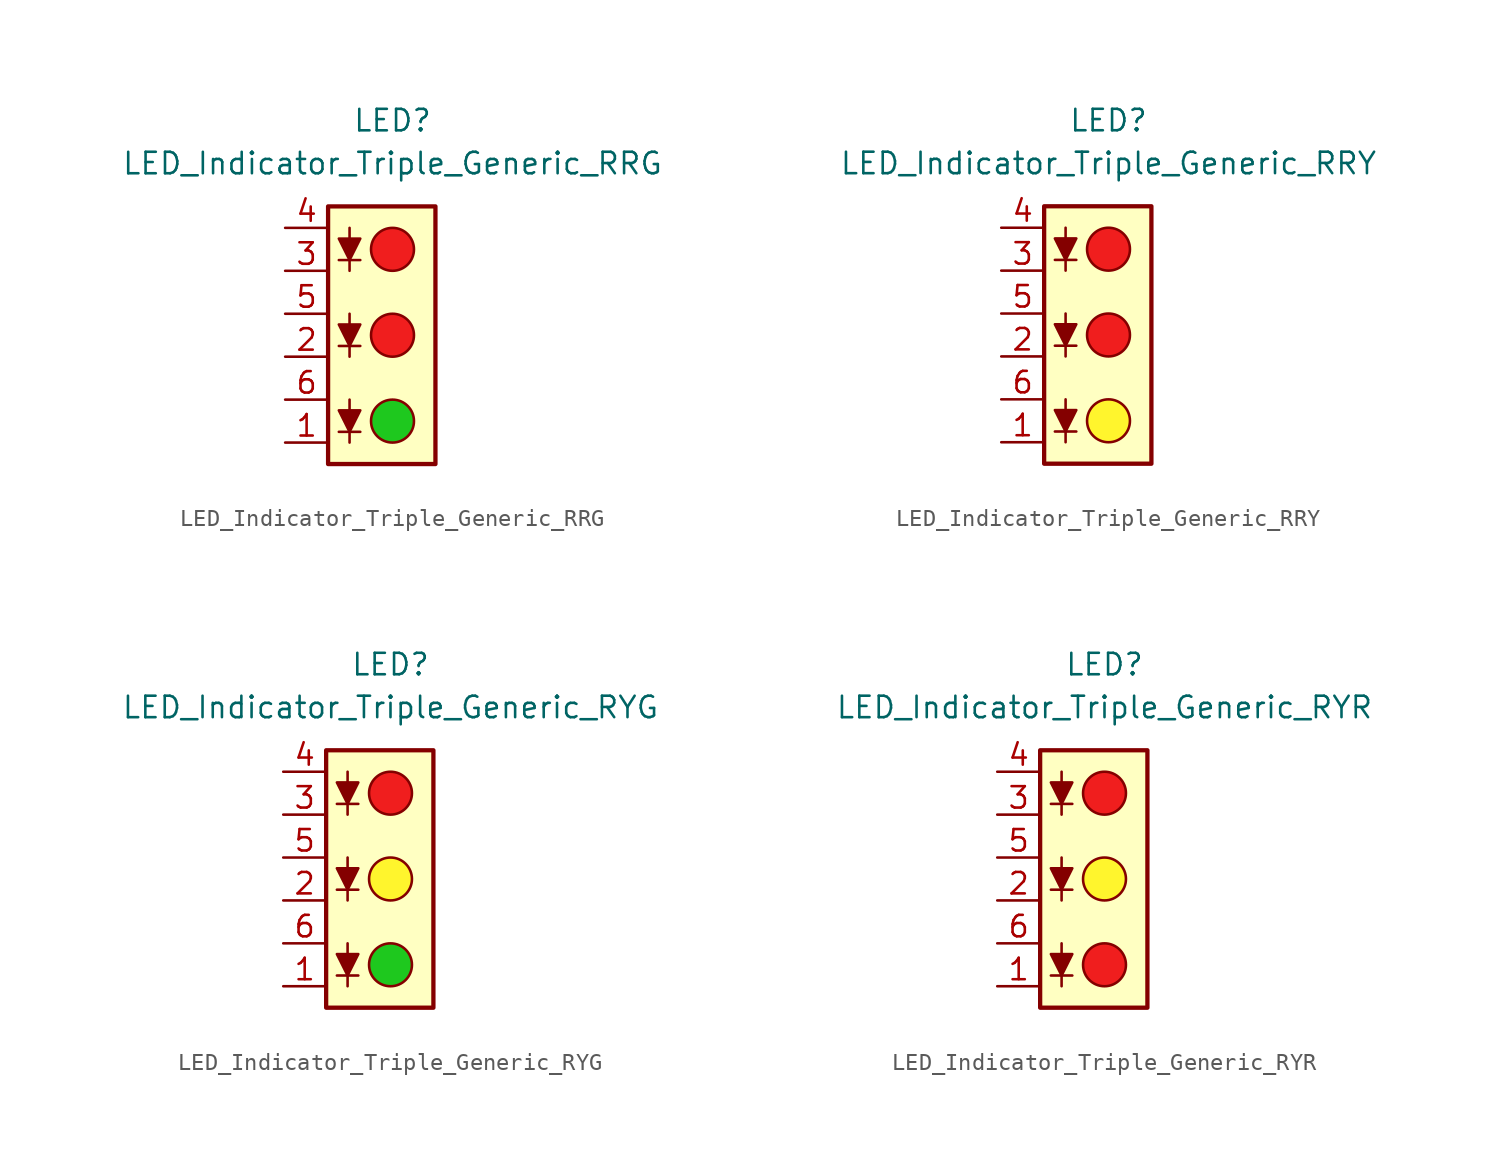
<source format=kicad_sym>
(kicad_symbol_lib
  (version 20231120)
  (generator "kicad_symbol_editor")
  (generator_version "8.0")
  (symbol "LED_Indicator_Triple_Generic_RRG"
    (pin_names
      (offset 1.016) hide)
    (property "Reference" "LED"
      (at 0 12.7 0)
      (effects (font (size 1.27 1.27))))
    (property "Value" "LED_Indicator_Triple_Generic_RRG"
      (at 0 10.16 0)
      (effects (font (size 1.27 1.27))))
    (symbol "LED_Indicator_Triple_Generic_RRG_0_1"
      (rectangle (start -3.81 7.62) (end 2.54 -7.62) (stroke (width 0.254) (type default)) (fill (type background)))
      (circle (center 0 -5.08) (radius 1.27) (stroke (width 0) (type default)) (fill (type color) (color 30 200 30 1)))
      (polyline (pts (xy -3.175 -5.715) (xy -1.905 -5.715)) (stroke (width 0) (type default)) (fill (type none)))
      (polyline (pts (xy -3.175 -0.635) (xy -1.905 -0.635)) (stroke (width 0) (type default)) (fill (type none)))
      (polyline (pts (xy -3.175 4.445) (xy -1.905 4.445)) (stroke (width 0) (type default)) (fill (type none)))
      (polyline (pts (xy -2.54 -3.81) (xy -2.54 -6.35)) (stroke (width 0) (type default)) (fill (type none)))
      (polyline (pts (xy -2.54 1.27) (xy -2.54 -1.27)) (stroke (width 0) (type default)) (fill (type none)))
      (polyline (pts (xy -2.54 6.35) (xy -2.54 3.81)) (stroke (width 0) (type default)) (fill (type none)))
      (polyline (pts (xy -2.54 -5.715) (xy -3.175 -4.445) (xy -1.905 -4.445) (xy -2.54 -5.715)) (stroke (width 0) (type default)) (fill (type outline)))
      (polyline (pts (xy -2.54 -0.635) (xy -3.175 0.635) (xy -1.905 0.635) (xy -2.54 -0.635)) (stroke (width 0) (type default)) (fill (type outline)))
      (polyline (pts (xy -2.54 4.445) (xy -3.175 5.715) (xy -1.905 5.715) (xy -2.54 4.445)) (stroke (width 0) (type default)) (fill (type outline)))
      (circle (center 0 0) (radius 1.27) (stroke (width 0) (type default)) (fill (type color) (color 240 30 30 1)))
      (circle (center 0 5.08) (radius 1.27) (stroke (width 0) (type default)) (fill (type color) (color 240 30 30 1))))
    (symbol "LED_Indicator_Triple_Generic_RRG_1_1"
      (pin passive line (at -6.35 -6.35 0) (length 2.54) (name "K1" (effects (font (size 1.27 1.27)))) (number "1" (effects (font (size 1.27 1.27)))))
      (pin passive line (at -6.35 -1.27 0) (length 2.54) (name "K2" (effects (font (size 1.27 1.27)))) (number "2" (effects (font (size 1.27 1.27)))))
      (pin passive line (at -6.35 3.81 0) (length 2.54) (name "K3" (effects (font (size 1.27 1.27)))) (number "3" (effects (font (size 1.27 1.27)))))
      (pin passive line (at -6.35 6.35 0) (length 2.54) (name "A3" (effects (font (size 1.27 1.27)))) (number "4" (effects (font (size 1.27 1.27)))))
      (pin passive line (at -6.35 1.27 0) (length 2.54) (name "A2" (effects (font (size 1.27 1.27)))) (number "5" (effects (font (size 1.27 1.27)))))
      (pin passive line (at -6.35 -3.81 0) (length 2.54) (name "A1" (effects (font (size 1.27 1.27)))) (number "6" (effects (font (size 1.27 1.27)))))))
  (symbol "LED_Indicator_Triple_Generic_RRY"
    (pin_names
      (offset 1.016) hide)
    (property "Reference" "LED"
      (at 0 12.7 0)
      (effects (font (size 1.27 1.27))))
    (property "Value" "LED_Indicator_Triple_Generic_RRY"
      (at 0 10.16 0)
      (effects (font (size 1.27 1.27))))
    (symbol "LED_Indicator_Triple_Generic_RRY_0_1"
      (rectangle (start -3.81 7.62) (end 2.54 -7.62) (stroke (width 0.254) (type default)) (fill (type background)))
      (circle (center 0 -5.08) (radius 1.27) (stroke (width 0) (type default)) (fill (type color) (color 255 245 45 1)))
      (polyline (pts (xy -3.175 -5.715) (xy -1.905 -5.715)) (stroke (width 0) (type default)) (fill (type none)))
      (polyline (pts (xy -3.175 -0.635) (xy -1.905 -0.635)) (stroke (width 0) (type default)) (fill (type none)))
      (polyline (pts (xy -3.175 4.445) (xy -1.905 4.445)) (stroke (width 0) (type default)) (fill (type none)))
      (polyline (pts (xy -2.54 -3.81) (xy -2.54 -6.35)) (stroke (width 0) (type default)) (fill (type none)))
      (polyline (pts (xy -2.54 1.27) (xy -2.54 -1.27)) (stroke (width 0) (type default)) (fill (type none)))
      (polyline (pts (xy -2.54 6.35) (xy -2.54 3.81)) (stroke (width 0) (type default)) (fill (type none)))
      (polyline (pts (xy -2.54 -5.715) (xy -3.175 -4.445) (xy -1.905 -4.445) (xy -2.54 -5.715)) (stroke (width 0) (type default)) (fill (type outline)))
      (polyline (pts (xy -2.54 -0.635) (xy -3.175 0.635) (xy -1.905 0.635) (xy -2.54 -0.635)) (stroke (width 0) (type default)) (fill (type outline)))
      (polyline (pts (xy -2.54 4.445) (xy -3.175 5.715) (xy -1.905 5.715) (xy -2.54 4.445)) (stroke (width 0) (type default)) (fill (type outline)))
      (circle (center 0 0) (radius 1.27) (stroke (width 0) (type default)) (fill (type color) (color 240 30 30 1)))
      (circle (center 0 5.08) (radius 1.27) (stroke (width 0) (type default)) (fill (type color) (color 240 30 30 1))))
    (symbol "LED_Indicator_Triple_Generic_RRY_1_1"
      (pin passive line (at -6.35 -6.35 0) (length 2.54) (name "K1" (effects (font (size 1.27 1.27)))) (number "1" (effects (font (size 1.27 1.27)))))
      (pin passive line (at -6.35 -1.27 0) (length 2.54) (name "K2" (effects (font (size 1.27 1.27)))) (number "2" (effects (font (size 1.27 1.27)))))
      (pin passive line (at -6.35 3.81 0) (length 2.54) (name "K3" (effects (font (size 1.27 1.27)))) (number "3" (effects (font (size 1.27 1.27)))))
      (pin passive line (at -6.35 6.35 0) (length 2.54) (name "A3" (effects (font (size 1.27 1.27)))) (number "4" (effects (font (size 1.27 1.27)))))
      (pin passive line (at -6.35 1.27 0) (length 2.54) (name "A2" (effects (font (size 1.27 1.27)))) (number "5" (effects (font (size 1.27 1.27)))))
      (pin passive line (at -6.35 -3.81 0) (length 2.54) (name "A1" (effects (font (size 1.27 1.27)))) (number "6" (effects (font (size 1.27 1.27)))))))
  (symbol "LED_Indicator_Triple_Generic_RYG"
    (pin_names
      (offset 1.016) hide)
    (property "Reference" "LED"
      (at 0 12.7 0)
      (effects (font (size 1.27 1.27))))
    (property "Value" "LED_Indicator_Triple_Generic_RYG"
      (at 0 10.16 0)
      (effects (font (size 1.27 1.27))))
    (symbol "LED_Indicator_Triple_Generic_RYG_0_1"
      (rectangle (start -3.81 7.62) (end 2.54 -7.62) (stroke (width 0.254) (type default)) (fill (type background)))
      (circle (center 0 -5.08) (radius 1.27) (stroke (width 0) (type default)) (fill (type color) (color 30 200 30 1)))
      (polyline (pts (xy -3.175 -5.715) (xy -1.905 -5.715)) (stroke (width 0) (type default)) (fill (type none)))
      (polyline (pts (xy -3.175 -0.635) (xy -1.905 -0.635)) (stroke (width 0) (type default)) (fill (type none)))
      (polyline (pts (xy -3.175 4.445) (xy -1.905 4.445)) (stroke (width 0) (type default)) (fill (type none)))
      (polyline (pts (xy -2.54 -3.81) (xy -2.54 -6.35)) (stroke (width 0) (type default)) (fill (type none)))
      (polyline (pts (xy -2.54 1.27) (xy -2.54 -1.27)) (stroke (width 0) (type default)) (fill (type none)))
      (polyline (pts (xy -2.54 6.35) (xy -2.54 3.81)) (stroke (width 0) (type default)) (fill (type none)))
      (polyline (pts (xy -2.54 -5.715) (xy -3.175 -4.445) (xy -1.905 -4.445) (xy -2.54 -5.715)) (stroke (width 0) (type default)) (fill (type outline)))
      (polyline (pts (xy -2.54 -0.635) (xy -3.175 0.635) (xy -1.905 0.635) (xy -2.54 -0.635)) (stroke (width 0) (type default)) (fill (type outline)))
      (polyline (pts (xy -2.54 4.445) (xy -3.175 5.715) (xy -1.905 5.715) (xy -2.54 4.445)) (stroke (width 0) (type default)) (fill (type outline)))
      (circle (center 0 0) (radius 1.27) (stroke (width 0) (type default)) (fill (type color) (color 255 245 45 1)))
      (circle (center 0 5.08) (radius 1.27) (stroke (width 0) (type default)) (fill (type color) (color 240 30 30 1))))
    (symbol "LED_Indicator_Triple_Generic_RYG_1_1"
      (pin passive line (at -6.35 -6.35 0) (length 2.54) (name "K1" (effects (font (size 1.27 1.27)))) (number "1" (effects (font (size 1.27 1.27)))))
      (pin passive line (at -6.35 -1.27 0) (length 2.54) (name "K2" (effects (font (size 1.27 1.27)))) (number "2" (effects (font (size 1.27 1.27)))))
      (pin passive line (at -6.35 3.81 0) (length 2.54) (name "K3" (effects (font (size 1.27 1.27)))) (number "3" (effects (font (size 1.27 1.27)))))
      (pin passive line (at -6.35 6.35 0) (length 2.54) (name "A3" (effects (font (size 1.27 1.27)))) (number "4" (effects (font (size 1.27 1.27)))))
      (pin passive line (at -6.35 1.27 0) (length 2.54) (name "A2" (effects (font (size 1.27 1.27)))) (number "5" (effects (font (size 1.27 1.27)))))
      (pin passive line (at -6.35 -3.81 0) (length 2.54) (name "A1" (effects (font (size 1.27 1.27)))) (number "6" (effects (font (size 1.27 1.27)))))))
  (symbol "LED_Indicator_Triple_Generic_RYR"
    (pin_names
      (offset 1.016) hide)
    (property "Reference" "LED"
      (at 0 12.7 0)
      (effects (font (size 1.27 1.27))))
    (property "Value" "LED_Indicator_Triple_Generic_RYR"
      (at 0 10.16 0)
      (effects (font (size 1.27 1.27))))
    (symbol "LED_Indicator_Triple_Generic_RYR_0_1"
      (rectangle (start -3.81 7.62) (end 2.54 -7.62) (stroke (width 0.254) (type default)) (fill (type background)))
      (circle (center 0 -5.08) (radius 1.27) (stroke (width 0) (type default)) (fill (type color) (color 240 30 30 1)))
      (polyline (pts (xy -3.175 -5.715) (xy -1.905 -5.715)) (stroke (width 0) (type default)) (fill (type none)))
      (polyline (pts (xy -3.175 -0.635) (xy -1.905 -0.635)) (stroke (width 0) (type default)) (fill (type none)))
      (polyline (pts (xy -3.175 4.445) (xy -1.905 4.445)) (stroke (width 0) (type default)) (fill (type none)))
      (polyline (pts (xy -2.54 -3.81) (xy -2.54 -6.35)) (stroke (width 0) (type default)) (fill (type none)))
      (polyline (pts (xy -2.54 1.27) (xy -2.54 -1.27)) (stroke (width 0) (type default)) (fill (type none)))
      (polyline (pts (xy -2.54 6.35) (xy -2.54 3.81)) (stroke (width 0) (type default)) (fill (type none)))
      (polyline (pts (xy -2.54 -5.715) (xy -3.175 -4.445) (xy -1.905 -4.445) (xy -2.54 -5.715)) (stroke (width 0) (type default)) (fill (type outline)))
      (polyline (pts (xy -2.54 -0.635) (xy -3.175 0.635) (xy -1.905 0.635) (xy -2.54 -0.635)) (stroke (width 0) (type default)) (fill (type outline)))
      (polyline (pts (xy -2.54 4.445) (xy -3.175 5.715) (xy -1.905 5.715) (xy -2.54 4.445)) (stroke (width 0) (type default)) (fill (type outline)))
      (circle (center 0 0) (radius 1.27) (stroke (width 0) (type default)) (fill (type color) (color 255 245 45 1)))
      (circle (center 0 5.08) (radius 1.27) (stroke (width 0) (type default)) (fill (type color) (color 240 30 30 1))))
    (symbol "LED_Indicator_Triple_Generic_RYR_1_1"
      (pin passive line (at -6.35 -6.35 0) (length 2.54) (name "K1" (effects (font (size 1.27 1.27)))) (number "1" (effects (font (size 1.27 1.27)))))
      (pin passive line (at -6.35 -1.27 0) (length 2.54) (name "K2" (effects (font (size 1.27 1.27)))) (number "2" (effects (font (size 1.27 1.27)))))
      (pin passive line (at -6.35 3.81 0) (length 2.54) (name "K3" (effects (font (size 1.27 1.27)))) (number "3" (effects (font (size 1.27 1.27)))))
      (pin passive line (at -6.35 6.35 0) (length 2.54) (name "A3" (effects (font (size 1.27 1.27)))) (number "4" (effects (font (size 1.27 1.27)))))
      (pin passive line (at -6.35 1.27 0) (length 2.54) (name "A2" (effects (font (size 1.27 1.27)))) (number "5" (effects (font (size 1.27 1.27)))))
      (pin passive line (at -6.35 -3.81 0) (length 2.54) (name "A1" (effects (font (size 1.27 1.27)))) (number "6" (effects (font (size 1.27 1.27))))))))
</source>
